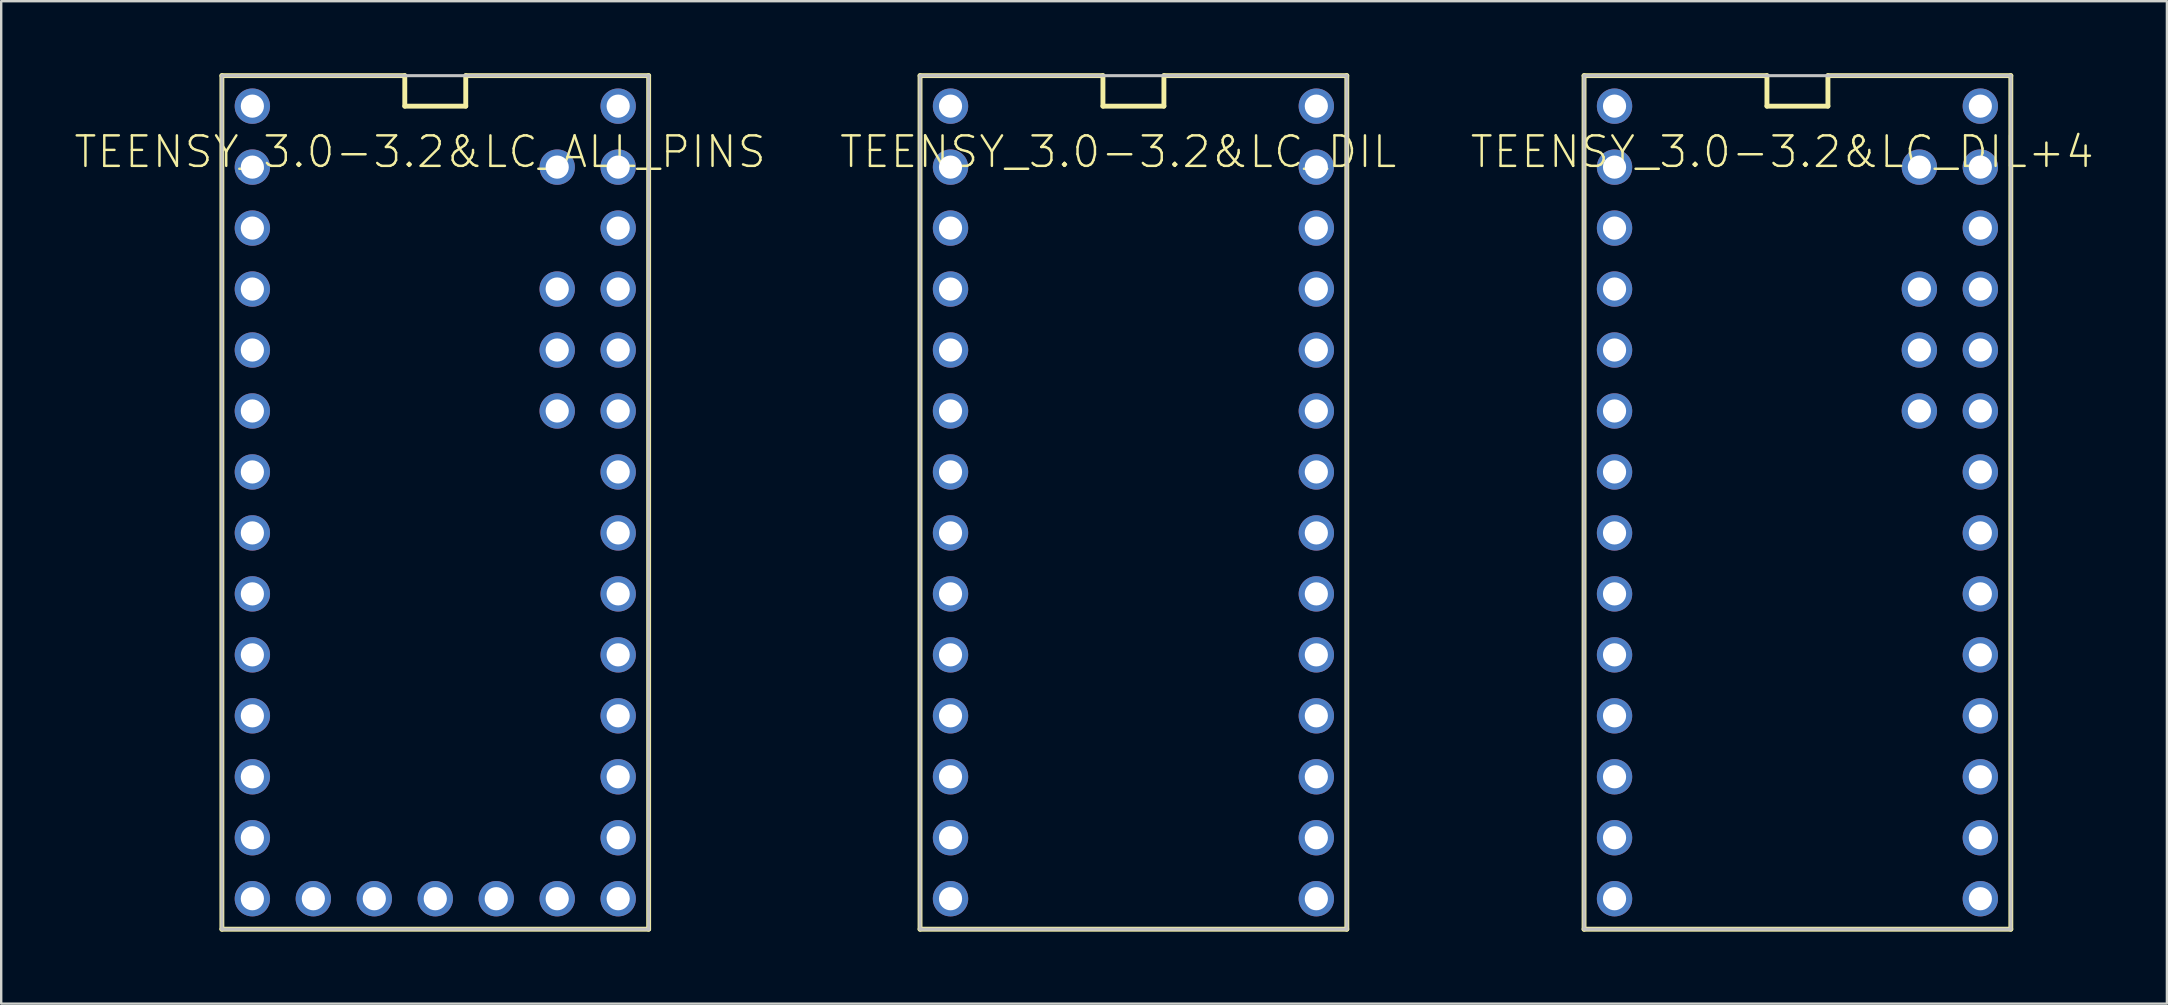
<source format=kicad_pcb>
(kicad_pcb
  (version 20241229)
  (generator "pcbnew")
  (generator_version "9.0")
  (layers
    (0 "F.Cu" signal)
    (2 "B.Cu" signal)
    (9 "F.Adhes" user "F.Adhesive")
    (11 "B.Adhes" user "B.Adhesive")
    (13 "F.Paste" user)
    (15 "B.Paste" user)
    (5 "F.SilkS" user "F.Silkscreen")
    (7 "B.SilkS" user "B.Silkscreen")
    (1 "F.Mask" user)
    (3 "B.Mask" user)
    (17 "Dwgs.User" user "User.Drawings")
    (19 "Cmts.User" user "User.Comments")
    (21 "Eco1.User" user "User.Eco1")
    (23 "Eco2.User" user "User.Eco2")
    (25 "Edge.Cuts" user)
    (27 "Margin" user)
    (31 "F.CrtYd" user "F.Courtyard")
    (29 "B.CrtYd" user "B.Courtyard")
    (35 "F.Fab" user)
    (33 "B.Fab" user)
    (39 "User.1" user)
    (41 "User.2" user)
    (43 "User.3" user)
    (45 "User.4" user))
  (footprint "TEENSY_3.0-3.2&LC_DIL"
    (layer "F.Cu")
    (at 44.17 17.882)
    (property "Reference" "TEENSY_3.0-3.2&LC_DIL" (at -0.635 -14.605 0) (layer "F.SilkS") (effects (font (size 1.27 1.27) (thickness 0.102))))
    (attr exclude_from_pos_files exclude_from_bom)
    (fp_line (start -8.89 -17.78) (end -1.27 -17.78) (stroke (width 0.203) (type solid)) (layer "F.SilkS"))
    (fp_line (start -8.89 17.78) (end -8.89 -17.78) (stroke (width 0.203) (type solid)) (layer "F.SilkS"))
    (fp_line (start -1.27 -17.78) (end -1.27 -16.51) (stroke (width 0.203) (type solid)) (layer "F.SilkS"))
    (fp_line (start -1.27 -16.51) (end 1.27 -16.51) (stroke (width 0.203) (type solid)) (layer "F.SilkS"))
    (fp_line (start 1.27 -17.78) (end 8.89 -17.78) (stroke (width 0.203) (type solid)) (layer "F.SilkS"))
    (fp_line (start 1.27 -16.51) (end 1.27 -17.78) (stroke (width 0.203) (type solid)) (layer "F.SilkS"))
    (fp_line (start 8.89 -17.78) (end 8.89 17.78) (stroke (width 0.203) (type solid)) (layer "F.SilkS"))
    (fp_line (start 8.89 17.78) (end -8.89 17.78) (stroke (width 0.203) (type solid)) (layer "F.SilkS"))
    (fp_line (start -8.89 -17.78) (end 8.89 -17.78) (stroke (width 0.127) (type solid)) (layer "Dwgs.User"))
    (fp_line (start -8.89 17.78) (end -8.89 -17.78) (stroke (width 0.127) (type solid)) (layer "Dwgs.User"))
    (fp_line (start 8.89 -17.78) (end 8.89 17.78) (stroke (width 0.127) (type solid)) (layer "Dwgs.User"))
    (fp_line (start 8.89 17.78) (end -8.89 17.78) (stroke (width 0.127) (type solid)) (layer "Dwgs.User"))
    (pad "0" thru_hole circle (at -7.62 -13.97) (size 1.473 1.473) (drill 0.965) (layers "*.Cu" "*.Paste" "*.Mask"))
    (pad "1" thru_hole circle (at -7.62 -11.43) (size 1.473 1.473) (drill 0.965) (layers "*.Cu" "*.Paste" "*.Mask"))
    (pad "2" thru_hole circle (at -7.62 -8.89) (size 1.473 1.473) (drill 0.965) (layers "*.Cu" "*.Paste" "*.Mask"))
    (pad "3" thru_hole circle (at -7.62 -6.35) (size 1.473 1.473) (drill 0.965) (layers "*.Cu" "*.Paste" "*.Mask"))
    (pad "3.3V" thru_hole circle (at 7.62 -11.43) (size 1.473 1.473) (drill 0.965) (layers "*.Cu" "*.Paste" "*.Mask"))
    (pad "4" thru_hole circle (at -7.62 -3.81) (size 1.473 1.473) (drill 0.965) (layers "*.Cu" "*.Paste" "*.Mask"))
    (pad "5" thru_hole circle (at -7.62 -1.27) (size 1.473 1.473) (drill 0.965) (layers "*.Cu" "*.Paste" "*.Mask"))
    (pad "6" thru_hole circle (at -7.62 1.27) (size 1.473 1.473) (drill 0.965) (layers "*.Cu" "*.Paste" "*.Mask"))
    (pad "7" thru_hole circle (at -7.62 3.81) (size 1.473 1.473) (drill 0.965) (layers "*.Cu" "*.Paste" "*.Mask"))
    (pad "8" thru_hole circle (at -7.62 6.35) (size 1.473 1.473) (drill 0.965) (layers "*.Cu" "*.Paste" "*.Mask"))
    (pad "9" thru_hole circle (at -7.62 8.89) (size 1.473 1.473) (drill 0.965) (layers "*.Cu" "*.Paste" "*.Mask"))
    (pad "10" thru_hole circle (at -7.62 11.43) (size 1.473 1.473) (drill 0.965) (layers "*.Cu" "*.Paste" "*.Mask"))
    (pad "11" thru_hole circle (at -7.62 13.97) (size 1.473 1.473) (drill 0.965) (layers "*.Cu" "*.Paste" "*.Mask"))
    (pad "12" thru_hole circle (at -7.62 16.51) (size 1.473 1.473) (drill 0.965) (layers "*.Cu" "*.Paste" "*.Mask"))
    (pad "13" thru_hole circle (at 7.62 16.51) (size 1.473 1.473) (drill 0.965) (layers "*.Cu" "*.Paste" "*.Mask"))
    (pad "14/A0" thru_hole circle (at 7.62 13.97) (size 1.473 1.473) (drill 0.965) (layers "*.Cu" "*.Paste" "*.Mask"))
    (pad "15/A1" thru_hole circle (at 7.62 11.43) (size 1.473 1.473) (drill 0.965) (layers "*.Cu" "*.Paste" "*.Mask"))
    (pad "16/A2" thru_hole circle (at 7.62 8.89) (size 1.473 1.473) (drill 0.965) (layers "*.Cu" "*.Paste" "*.Mask"))
    (pad "17/A3" thru_hole circle (at 7.62 6.35) (size 1.473 1.473) (drill 0.965) (layers "*.Cu" "*.Paste" "*.Mask"))
    (pad "18/A4" thru_hole circle (at 7.62 3.81) (size 1.473 1.473) (drill 0.965) (layers "*.Cu" "*.Paste" "*.Mask"))
    (pad "19/A5" thru_hole circle (at 7.62 1.27) (size 1.473 1.473) (drill 0.965) (layers "*.Cu" "*.Paste" "*.Mask"))
    (pad "20/A6" thru_hole circle (at 7.62 -1.27) (size 1.473 1.473) (drill 0.965) (layers "*.Cu" "*.Paste" "*.Mask"))
    (pad "21/A7" thru_hole circle (at 7.62 -3.81) (size 1.473 1.473) (drill 0.965) (layers "*.Cu" "*.Paste" "*.Mask"))
    (pad "22/A8" thru_hole circle (at 7.62 -6.35) (size 1.473 1.473) (drill 0.965) (layers "*.Cu" "*.Paste" "*.Mask"))
    (pad "23/A9" thru_hole circle (at 7.62 -8.89) (size 1.473 1.473) (drill 0.965) (layers "*.Cu" "*.Paste" "*.Mask"))
    (pad "AGND" thru_hole circle (at 7.62 -13.97) (size 1.473 1.473) (drill 0.965) (layers "*.Cu" "*.Paste" "*.Mask"))
    (pad "GND" thru_hole circle (at -7.62 -16.51) (size 1.473 1.473) (drill 0.965) (layers "*.Cu" "*.Paste" "*.Mask"))
    (pad "VIN" thru_hole circle (at 7.62 -16.51) (size 1.473 1.473) (drill 0.965) (layers "*.Cu" "*.Paste" "*.Mask")))
  (footprint "TEENSY_3.0-3.2&LC_ALL_PINS"
    (layer "F.Cu")
    (at 15.084 17.882)
    (property "Reference" "TEENSY_3.0-3.2&LC_ALL_PINS" (at -0.635 -14.605 0) (layer "F.SilkS") (effects (font (size 1.27 1.27) (thickness 0.102))))
    (attr exclude_from_pos_files exclude_from_bom)
    (fp_line (start -8.89 -17.78) (end -1.27 -17.78) (stroke (width 0.203) (type solid)) (layer "F.SilkS"))
    (fp_line (start -8.89 17.78) (end -8.89 -17.78) (stroke (width 0.203) (type solid)) (layer "F.SilkS"))
    (fp_line (start -1.27 -17.78) (end -1.27 -16.51) (stroke (width 0.203) (type solid)) (layer "F.SilkS"))
    (fp_line (start -1.27 -16.51) (end 1.27 -16.51) (stroke (width 0.203) (type solid)) (layer "F.SilkS"))
    (fp_line (start 1.27 -17.78) (end 8.89 -17.78) (stroke (width 0.203) (type solid)) (layer "F.SilkS"))
    (fp_line (start 1.27 -16.51) (end 1.27 -17.78) (stroke (width 0.203) (type solid)) (layer "F.SilkS"))
    (fp_line (start 8.89 -17.78) (end 8.89 17.78) (stroke (width 0.203) (type solid)) (layer "F.SilkS"))
    (fp_line (start 8.89 17.78) (end -8.89 17.78) (stroke (width 0.203) (type solid)) (layer "F.SilkS"))
    (fp_line (start -8.89 -17.78) (end 8.89 -17.78) (stroke (width 0.127) (type solid)) (layer "Dwgs.User"))
    (fp_line (start -8.89 17.78) (end -8.89 -17.78) (stroke (width 0.127) (type solid)) (layer "Dwgs.User"))
    (fp_line (start 8.89 -17.78) (end 8.89 17.78) (stroke (width 0.127) (type solid)) (layer "Dwgs.User"))
    (fp_line (start 8.89 17.78) (end -8.89 17.78) (stroke (width 0.127) (type solid)) (layer "Dwgs.User"))
    (pad "0" thru_hole circle (at -7.62 -13.97) (size 1.473 1.473) (drill 0.965) (layers "*.Cu" "*.Paste" "*.Mask"))
    (pad "1" thru_hole circle (at -7.62 -11.43) (size 1.473 1.473) (drill 0.965) (layers "*.Cu" "*.Paste" "*.Mask"))
    (pad "2" thru_hole circle (at -7.62 -8.89) (size 1.473 1.473) (drill 0.965) (layers "*.Cu" "*.Paste" "*.Mask"))
    (pad "3" thru_hole circle (at -7.62 -6.35) (size 1.473 1.473) (drill 0.965) (layers "*.Cu" "*.Paste" "*.Mask"))
    (pad "3.3V" thru_hole circle (at 7.62 -11.43) (size 1.473 1.473) (drill 0.965) (layers "*.Cu" "*.Paste" "*.Mask"))
    (pad "3.3V1" thru_hole circle (at -2.54 16.51) (size 1.473 1.473) (drill 0.965) (layers "*.Cu" "*.Paste" "*.Mask"))
    (pad "4" thru_hole circle (at -7.62 -3.81) (size 1.473 1.473) (drill 0.965) (layers "*.Cu" "*.Paste" "*.Mask"))
    (pad "5" thru_hole circle (at -7.62 -1.27) (size 1.473 1.473) (drill 0.965) (layers "*.Cu" "*.Paste" "*.Mask"))
    (pad "6" thru_hole circle (at -7.62 1.27) (size 1.473 1.473) (drill 0.965) (layers "*.Cu" "*.Paste" "*.Mask"))
    (pad "7" thru_hole circle (at -7.62 3.81) (size 1.473 1.473) (drill 0.965) (layers "*.Cu" "*.Paste" "*.Mask"))
    (pad "8" thru_hole circle (at -7.62 6.35) (size 1.473 1.473) (drill 0.965) (layers "*.Cu" "*.Paste" "*.Mask"))
    (pad "9" thru_hole circle (at -7.62 8.89) (size 1.473 1.473) (drill 0.965) (layers "*.Cu" "*.Paste" "*.Mask"))
    (pad "10" thru_hole circle (at -7.62 11.43) (size 1.473 1.473) (drill 0.965) (layers "*.Cu" "*.Paste" "*.Mask"))
    (pad "11" thru_hole circle (at -7.62 13.97) (size 1.473 1.473) (drill 0.965) (layers "*.Cu" "*.Paste" "*.Mask"))
    (pad "12" thru_hole circle (at -7.62 16.51) (size 1.473 1.473) (drill 0.965) (layers "*.Cu" "*.Paste" "*.Mask"))
    (pad "13" thru_hole circle (at 7.62 16.51) (size 1.473 1.473) (drill 0.965) (layers "*.Cu" "*.Paste" "*.Mask"))
    (pad "14/A0" thru_hole circle (at 7.62 13.97) (size 1.473 1.473) (drill 0.965) (layers "*.Cu" "*.Paste" "*.Mask"))
    (pad "15/A1" thru_hole circle (at 7.62 11.43) (size 1.473 1.473) (drill 0.965) (layers "*.Cu" "*.Paste" "*.Mask"))
    (pad "16/A2" thru_hole circle (at 7.62 8.89) (size 1.473 1.473) (drill 0.965) (layers "*.Cu" "*.Paste" "*.Mask"))
    (pad "17/A3" thru_hole circle (at 7.62 6.35) (size 1.473 1.473) (drill 0.965) (layers "*.Cu" "*.Paste" "*.Mask"))
    (pad "18/A4" thru_hole circle (at 7.62 3.81) (size 1.473 1.473) (drill 0.965) (layers "*.Cu" "*.Paste" "*.Mask"))
    (pad "19/A5" thru_hole circle (at 7.62 1.27) (size 1.473 1.473) (drill 0.965) (layers "*.Cu" "*.Paste" "*.Mask"))
    (pad "20/A6" thru_hole circle (at 7.62 -1.27) (size 1.473 1.473) (drill 0.965) (layers "*.Cu" "*.Paste" "*.Mask"))
    (pad "21/A7" thru_hole circle (at 7.62 -3.81) (size 1.473 1.473) (drill 0.965) (layers "*.Cu" "*.Paste" "*.Mask"))
    (pad "22/A8" thru_hole circle (at 7.62 -6.35) (size 1.473 1.473) (drill 0.965) (layers "*.Cu" "*.Paste" "*.Mask"))
    (pad "23/A9" thru_hole circle (at 7.62 -8.89) (size 1.473 1.473) (drill 0.965) (layers "*.Cu" "*.Paste" "*.Mask"))
    (pad "A10" thru_hole circle (at 5.08 -6.35) (size 1.473 1.473) (drill 0.965) (layers "*.Cu" "*.Paste" "*.Mask"))
    (pad "A11" thru_hole circle (at 5.08 -3.81) (size 1.473 1.473) (drill 0.965) (layers "*.Cu" "*.Paste" "*.Mask"))
    (pad "AGND" thru_hole circle (at 7.62 -13.97) (size 1.473 1.473) (drill 0.965) (layers "*.Cu" "*.Paste" "*.Mask"))
    (pad "AREF" thru_hole circle (at 5.08 -8.89) (size 1.473 1.473) (drill 0.965) (layers "*.Cu" "*.Paste" "*.Mask"))
    (pad "GND" thru_hole circle (at -7.62 -16.51) (size 1.473 1.473) (drill 0.965) (layers "*.Cu" "*.Paste" "*.Mask"))
    (pad "GND1" thru_hole circle (at 0 16.51) (size 1.473 1.473) (drill 0.965) (layers "*.Cu" "*.Paste" "*.Mask"))
    (pad "PGM" thru_hole circle (at 2.54 16.51) (size 1.473 1.473) (drill 0.965) (layers "*.Cu" "*.Paste" "*.Mask"))
    (pad "RESET/DAC" thru_hole circle (at 5.08 16.51) (size 1.473 1.473) (drill 0.965) (layers "*.Cu" "*.Paste" "*.Mask"))
    (pad "VBAT" thru_hole circle (at -5.08 16.51) (size 1.473 1.473) (drill 0.965) (layers "*.Cu" "*.Paste" "*.Mask"))
    (pad "VIN" thru_hole circle (at 7.62 -16.51) (size 1.473 1.473) (drill 0.965) (layers "*.Cu" "*.Paste" "*.Mask"))
    (pad "VUSB" thru_hole circle (at 5.08 -13.97) (size 1.473 1.473) (drill 0.965) (layers "*.Cu" "*.Paste" "*.Mask")))
  (footprint "TEENSY_3.0-3.2&LC_DIL+4"
    (layer "F.Cu")
    (at 71.834 17.882)
    (property "Reference" "TEENSY_3.0-3.2&LC_DIL+4" (at -0.635 -14.605 0) (layer "F.SilkS") (effects (font (size 1.27 1.27) (thickness 0.102))))
    (attr exclude_from_pos_files exclude_from_bom)
    (fp_line (start -8.89 -17.78) (end -1.27 -17.78) (stroke (width 0.203) (type solid)) (layer "F.SilkS"))
    (fp_line (start -8.89 17.78) (end -8.89 -17.78) (stroke (width 0.203) (type solid)) (layer "F.SilkS"))
    (fp_line (start -1.27 -17.78) (end -1.27 -16.51) (stroke (width 0.203) (type solid)) (layer "F.SilkS"))
    (fp_line (start -1.27 -16.51) (end 1.27 -16.51) (stroke (width 0.203) (type solid)) (layer "F.SilkS"))
    (fp_line (start 1.27 -17.78) (end 8.89 -17.78) (stroke (width 0.203) (type solid)) (layer "F.SilkS"))
    (fp_line (start 1.27 -16.51) (end 1.27 -17.78) (stroke (width 0.203) (type solid)) (layer "F.SilkS"))
    (fp_line (start 8.89 -17.78) (end 8.89 17.78) (stroke (width 0.203) (type solid)) (layer "F.SilkS"))
    (fp_line (start 8.89 17.78) (end -8.89 17.78) (stroke (width 0.203) (type solid)) (layer "F.SilkS"))
    (fp_line (start -8.89 -17.78) (end 8.89 -17.78) (stroke (width 0.127) (type solid)) (layer "Dwgs.User"))
    (fp_line (start -8.89 17.78) (end -8.89 -17.78) (stroke (width 0.127) (type solid)) (layer "Dwgs.User"))
    (fp_line (start 8.89 -17.78) (end 8.89 17.78) (stroke (width 0.127) (type solid)) (layer "Dwgs.User"))
    (fp_line (start 8.89 17.78) (end -8.89 17.78) (stroke (width 0.127) (type solid)) (layer "Dwgs.User"))
    (pad "0" thru_hole circle (at -7.62 -13.97) (size 1.473 1.473) (drill 0.965) (layers "*.Cu" "*.Paste" "*.Mask"))
    (pad "1" thru_hole circle (at -7.62 -11.43) (size 1.473 1.473) (drill 0.965) (layers "*.Cu" "*.Paste" "*.Mask"))
    (pad "2" thru_hole circle (at -7.62 -8.89) (size 1.473 1.473) (drill 0.965) (layers "*.Cu" "*.Paste" "*.Mask"))
    (pad "3" thru_hole circle (at -7.62 -6.35) (size 1.473 1.473) (drill 0.965) (layers "*.Cu" "*.Paste" "*.Mask"))
    (pad "3.3V" thru_hole circle (at 7.62 -11.43) (size 1.473 1.473) (drill 0.965) (layers "*.Cu" "*.Paste" "*.Mask"))
    (pad "4" thru_hole circle (at -7.62 -3.81) (size 1.473 1.473) (drill 0.965) (layers "*.Cu" "*.Paste" "*.Mask"))
    (pad "5" thru_hole circle (at -7.62 -1.27) (size 1.473 1.473) (drill 0.965) (layers "*.Cu" "*.Paste" "*.Mask"))
    (pad "6" thru_hole circle (at -7.62 1.27) (size 1.473 1.473) (drill 0.965) (layers "*.Cu" "*.Paste" "*.Mask"))
    (pad "7" thru_hole circle (at -7.62 3.81) (size 1.473 1.473) (drill 0.965) (layers "*.Cu" "*.Paste" "*.Mask"))
    (pad "8" thru_hole circle (at -7.62 6.35) (size 1.473 1.473) (drill 0.965) (layers "*.Cu" "*.Paste" "*.Mask"))
    (pad "9" thru_hole circle (at -7.62 8.89) (size 1.473 1.473) (drill 0.965) (layers "*.Cu" "*.Paste" "*.Mask"))
    (pad "10" thru_hole circle (at -7.62 11.43) (size 1.473 1.473) (drill 0.965) (layers "*.Cu" "*.Paste" "*.Mask"))
    (pad "11" thru_hole circle (at -7.62 13.97) (size 1.473 1.473) (drill 0.965) (layers "*.Cu" "*.Paste" "*.Mask"))
    (pad "12" thru_hole circle (at -7.62 16.51) (size 1.473 1.473) (drill 0.965) (layers "*.Cu" "*.Paste" "*.Mask"))
    (pad "13" thru_hole circle (at 7.62 16.51) (size 1.473 1.473) (drill 0.965) (layers "*.Cu" "*.Paste" "*.Mask"))
    (pad "14/A0" thru_hole circle (at 7.62 13.97) (size 1.473 1.473) (drill 0.965) (layers "*.Cu" "*.Paste" "*.Mask"))
    (pad "15/A1" thru_hole circle (at 7.62 11.43) (size 1.473 1.473) (drill 0.965) (layers "*.Cu" "*.Paste" "*.Mask"))
    (pad "16/A2" thru_hole circle (at 7.62 8.89) (size 1.473 1.473) (drill 0.965) (layers "*.Cu" "*.Paste" "*.Mask"))
    (pad "17/A3" thru_hole circle (at 7.62 6.35) (size 1.473 1.473) (drill 0.965) (layers "*.Cu" "*.Paste" "*.Mask"))
    (pad "18/A4" thru_hole circle (at 7.62 3.81) (size 1.473 1.473) (drill 0.965) (layers "*.Cu" "*.Paste" "*.Mask"))
    (pad "19/A5" thru_hole circle (at 7.62 1.27) (size 1.473 1.473) (drill 0.965) (layers "*.Cu" "*.Paste" "*.Mask"))
    (pad "20/A6" thru_hole circle (at 7.62 -1.27) (size 1.473 1.473) (drill 0.965) (layers "*.Cu" "*.Paste" "*.Mask"))
    (pad "21/A7" thru_hole circle (at 7.62 -3.81) (size 1.473 1.473) (drill 0.965) (layers "*.Cu" "*.Paste" "*.Mask"))
    (pad "22/A8" thru_hole circle (at 7.62 -6.35) (size 1.473 1.473) (drill 0.965) (layers "*.Cu" "*.Paste" "*.Mask"))
    (pad "23/A9" thru_hole circle (at 7.62 -8.89) (size 1.473 1.473) (drill 0.965) (layers "*.Cu" "*.Paste" "*.Mask"))
    (pad "A10" thru_hole circle (at 5.08 -6.35) (size 1.473 1.473) (drill 0.965) (layers "*.Cu" "*.Paste" "*.Mask"))
    (pad "A11" thru_hole circle (at 5.08 -3.81) (size 1.473 1.473) (drill 0.965) (layers "*.Cu" "*.Paste" "*.Mask"))
    (pad "AGND" thru_hole circle (at 7.62 -13.97) (size 1.473 1.473) (drill 0.965) (layers "*.Cu" "*.Paste" "*.Mask"))
    (pad "AREF" thru_hole circle (at 5.08 -8.89) (size 1.473 1.473) (drill 0.965) (layers "*.Cu" "*.Paste" "*.Mask"))
    (pad "GND" thru_hole circle (at -7.62 -16.51) (size 1.473 1.473) (drill 0.965) (layers "*.Cu" "*.Paste" "*.Mask"))
    (pad "VIN" thru_hole circle (at 7.62 -16.51) (size 1.473 1.473) (drill 0.965) (layers "*.Cu" "*.Paste" "*.Mask"))
    (pad "VUSB" thru_hole circle (at 5.08 -13.97) (size 1.473 1.473) (drill 0.965) (layers "*.Cu" "*.Paste" "*.Mask")))
  (gr_rect
    (start -3 -3)
    (end 87.227 38.763)
    (stroke (width 0.1) (type default))
    (fill no)
    (layer "Edge.Cuts")))
</source>
